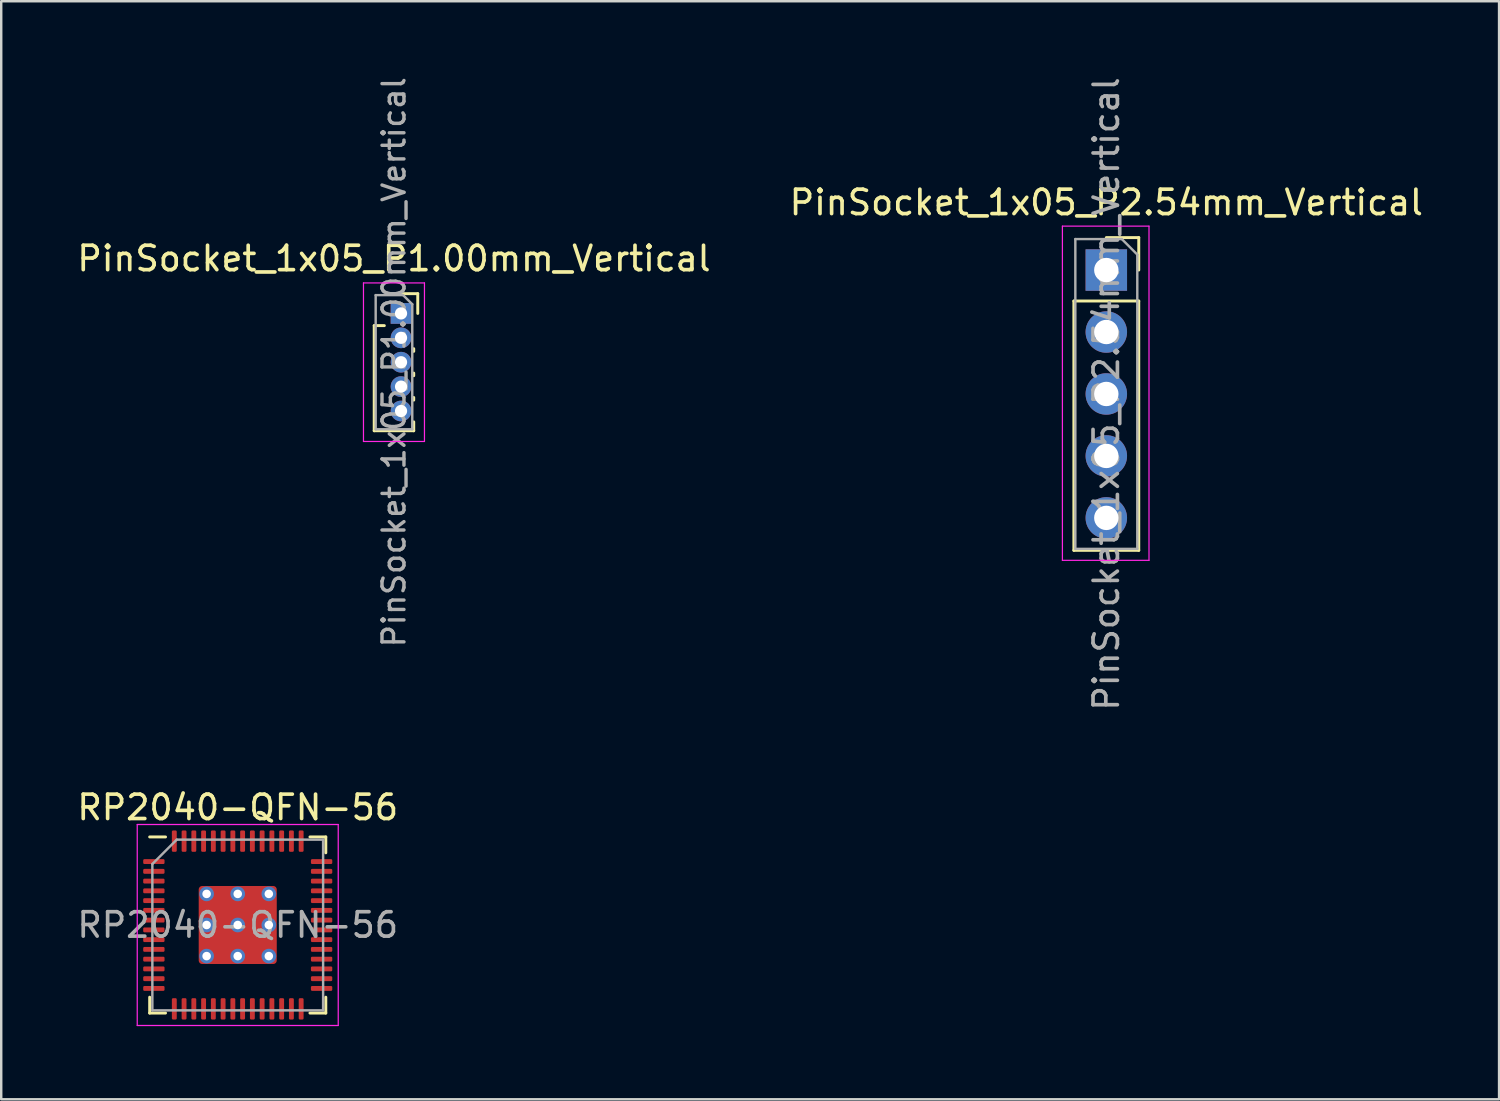
<source format=kicad_pcb>
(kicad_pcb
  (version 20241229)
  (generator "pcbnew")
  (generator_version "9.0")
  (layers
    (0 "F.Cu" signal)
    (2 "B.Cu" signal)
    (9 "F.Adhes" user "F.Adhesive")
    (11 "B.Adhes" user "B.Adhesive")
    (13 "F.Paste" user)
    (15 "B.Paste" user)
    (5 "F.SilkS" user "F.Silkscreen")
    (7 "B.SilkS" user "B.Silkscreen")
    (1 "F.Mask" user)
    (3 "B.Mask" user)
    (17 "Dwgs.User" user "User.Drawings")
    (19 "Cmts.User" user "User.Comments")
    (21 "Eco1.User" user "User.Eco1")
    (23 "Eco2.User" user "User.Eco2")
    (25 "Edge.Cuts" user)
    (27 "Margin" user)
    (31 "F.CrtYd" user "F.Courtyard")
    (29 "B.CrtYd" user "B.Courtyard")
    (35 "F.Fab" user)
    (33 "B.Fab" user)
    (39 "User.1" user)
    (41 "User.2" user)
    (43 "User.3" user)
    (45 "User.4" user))
  (footprint "RP2040-QFN-56"
    (layer "F.Cu")
    (at 6.696 34.871)
    (property "Reference" "RP2040-QFN-56" (at 0 -4.82 0) (layer "F.SilkS") (effects (font (size 1 1) (thickness 0.15))))
    (attr smd)
    (fp_line (start -3.61 3.61) (end -3.61 2.96) (stroke (width 0.12) (type solid)) (layer "F.SilkS"))
    (fp_line (start -2.96 -3.61) (end -3.61 -3.61) (stroke (width 0.12) (type solid)) (layer "F.SilkS"))
    (fp_line (start -2.96 3.61) (end -3.61 3.61) (stroke (width 0.12) (type solid)) (layer "F.SilkS"))
    (fp_line (start 2.96 -3.61) (end 3.61 -3.61) (stroke (width 0.12) (type solid)) (layer "F.SilkS"))
    (fp_line (start 2.96 3.61) (end 3.61 3.61) (stroke (width 0.12) (type solid)) (layer "F.SilkS"))
    (fp_line (start 3.61 -3.61) (end 3.61 -2.96) (stroke (width 0.12) (type solid)) (layer "F.SilkS"))
    (fp_line (start 3.61 3.61) (end 3.61 2.96) (stroke (width 0.12) (type solid)) (layer "F.SilkS"))
    (fp_line (start -4.12 -4.12) (end -4.12 4.12) (stroke (width 0.05) (type solid)) (layer "F.CrtYd"))
    (fp_line (start -4.12 4.12) (end 4.12 4.12) (stroke (width 0.05) (type solid)) (layer "F.CrtYd"))
    (fp_line (start 4.12 -4.12) (end -4.12 -4.12) (stroke (width 0.05) (type solid)) (layer "F.CrtYd"))
    (fp_line (start 4.12 4.12) (end 4.12 -4.12) (stroke (width 0.05) (type solid)) (layer "F.CrtYd"))
    (fp_line (start -3.5 -2.5) (end -2.5 -3.5) (stroke (width 0.1) (type solid)) (layer "F.Fab"))
    (fp_line (start -3.5 3.5) (end -3.5 -2.5) (stroke (width 0.1) (type solid)) (layer "F.Fab"))
    (fp_line (start -2.5 -3.5) (end 3.5 -3.5) (stroke (width 0.1) (type solid)) (layer "F.Fab"))
    (fp_line (start 3.5 -3.5) (end 3.5 3.5) (stroke (width 0.1) (type solid)) (layer "F.Fab"))
    (fp_line (start 3.5 3.5) (end -3.5 3.5) (stroke (width 0.1) (type solid)) (layer "F.Fab"))
    (fp_text user "${REFERENCE}" (at 0 0 0) (layer "F.Fab") (effects (font (size 1 1) (thickness 0.15))))
    (pad "" smd roundrect (at -0.637 -0.637) (size 1.084 1.084) (layers "F.Paste") (roundrect_rratio 0.231))
    (pad "" smd roundrect (at -0.637 0.637) (size 1.084 1.084) (layers "F.Paste") (roundrect_rratio 0.231))
    (pad "" smd roundrect (at 0.637 -0.637) (size 1.084 1.084) (layers "F.Paste") (roundrect_rratio 0.231))
    (pad "" smd roundrect (at 0.637 0.637) (size 1.084 1.084) (layers "F.Paste") (roundrect_rratio 0.231))
    (pad "1" smd roundrect (at -3.438 -2.6) (size 0.875 0.2) (layers "F.Cu" "F.Mask" "F.Paste") (roundrect_rratio 0.25))
    (pad "2" smd roundrect (at -3.438 -2.2) (size 0.875 0.2) (layers "F.Cu" "F.Mask" "F.Paste") (roundrect_rratio 0.25))
    (pad "3" smd roundrect (at -3.438 -1.8) (size 0.875 0.2) (layers "F.Cu" "F.Mask" "F.Paste") (roundrect_rratio 0.25))
    (pad "4" smd roundrect (at -3.438 -1.4) (size 0.875 0.2) (layers "F.Cu" "F.Mask" "F.Paste") (roundrect_rratio 0.25))
    (pad "5" smd roundrect (at -3.438 -1) (size 0.875 0.2) (layers "F.Cu" "F.Mask" "F.Paste") (roundrect_rratio 0.25))
    (pad "6" smd roundrect (at -3.438 -0.6) (size 0.875 0.2) (layers "F.Cu" "F.Mask" "F.Paste") (roundrect_rratio 0.25))
    (pad "7" smd roundrect (at -3.438 -0.2) (size 0.875 0.2) (layers "F.Cu" "F.Mask" "F.Paste") (roundrect_rratio 0.25))
    (pad "8" smd roundrect (at -3.438 0.2) (size 0.875 0.2) (layers "F.Cu" "F.Mask" "F.Paste") (roundrect_rratio 0.25))
    (pad "9" smd roundrect (at -3.438 0.6) (size 0.875 0.2) (layers "F.Cu" "F.Mask" "F.Paste") (roundrect_rratio 0.25))
    (pad "10" smd roundrect (at -3.438 1) (size 0.875 0.2) (layers "F.Cu" "F.Mask" "F.Paste") (roundrect_rratio 0.25))
    (pad "11" smd roundrect (at -3.438 1.4) (size 0.875 0.2) (layers "F.Cu" "F.Mask" "F.Paste") (roundrect_rratio 0.25))
    (pad "12" smd roundrect (at -3.438 1.8) (size 0.875 0.2) (layers "F.Cu" "F.Mask" "F.Paste") (roundrect_rratio 0.25))
    (pad "13" smd roundrect (at -3.438 2.2) (size 0.875 0.2) (layers "F.Cu" "F.Mask" "F.Paste") (roundrect_rratio 0.25))
    (pad "14" smd roundrect (at -3.438 2.6) (size 0.875 0.2) (layers "F.Cu" "F.Mask" "F.Paste") (roundrect_rratio 0.25))
    (pad "15" smd roundrect (at -2.6 3.438) (size 0.2 0.875) (layers "F.Cu" "F.Mask" "F.Paste") (roundrect_rratio 0.25))
    (pad "16" smd roundrect (at -2.2 3.438) (size 0.2 0.875) (layers "F.Cu" "F.Mask" "F.Paste") (roundrect_rratio 0.25))
    (pad "17" smd roundrect (at -1.8 3.438) (size 0.2 0.875) (layers "F.Cu" "F.Mask" "F.Paste") (roundrect_rratio 0.25))
    (pad "18" smd roundrect (at -1.4 3.438) (size 0.2 0.875) (layers "F.Cu" "F.Mask" "F.Paste") (roundrect_rratio 0.25))
    (pad "19" smd roundrect (at -1 3.438) (size 0.2 0.875) (layers "F.Cu" "F.Mask" "F.Paste") (roundrect_rratio 0.25))
    (pad "20" smd roundrect (at -0.6 3.438) (size 0.2 0.875) (layers "F.Cu" "F.Mask" "F.Paste") (roundrect_rratio 0.25))
    (pad "21" smd roundrect (at -0.2 3.438) (size 0.2 0.875) (layers "F.Cu" "F.Mask" "F.Paste") (roundrect_rratio 0.25))
    (pad "22" smd roundrect (at 0.2 3.438) (size 0.2 0.875) (layers "F.Cu" "F.Mask" "F.Paste") (roundrect_rratio 0.25))
    (pad "23" smd roundrect (at 0.6 3.438) (size 0.2 0.875) (layers "F.Cu" "F.Mask" "F.Paste") (roundrect_rratio 0.25))
    (pad "24" smd roundrect (at 1 3.438) (size 0.2 0.875) (layers "F.Cu" "F.Mask" "F.Paste") (roundrect_rratio 0.25))
    (pad "25" smd roundrect (at 1.4 3.438) (size 0.2 0.875) (layers "F.Cu" "F.Mask" "F.Paste") (roundrect_rratio 0.25))
    (pad "26" smd roundrect (at 1.8 3.438) (size 0.2 0.875) (layers "F.Cu" "F.Mask" "F.Paste") (roundrect_rratio 0.25))
    (pad "27" smd roundrect (at 2.2 3.438) (size 0.2 0.875) (layers "F.Cu" "F.Mask" "F.Paste") (roundrect_rratio 0.25))
    (pad "28" smd roundrect (at 2.6 3.438) (size 0.2 0.875) (layers "F.Cu" "F.Mask" "F.Paste") (roundrect_rratio 0.25))
    (pad "29" smd roundrect (at 3.438 2.6) (size 0.875 0.2) (layers "F.Cu" "F.Mask" "F.Paste") (roundrect_rratio 0.25))
    (pad "30" smd roundrect (at 3.438 2.2) (size 0.875 0.2) (layers "F.Cu" "F.Mask" "F.Paste") (roundrect_rratio 0.25))
    (pad "31" smd roundrect (at 3.438 1.8) (size 0.875 0.2) (layers "F.Cu" "F.Mask" "F.Paste") (roundrect_rratio 0.25))
    (pad "32" smd roundrect (at 3.438 1.4) (size 0.875 0.2) (layers "F.Cu" "F.Mask" "F.Paste") (roundrect_rratio 0.25))
    (pad "33" smd roundrect (at 3.438 1) (size 0.875 0.2) (layers "F.Cu" "F.Mask" "F.Paste") (roundrect_rratio 0.25))
    (pad "34" smd roundrect (at 3.438 0.6) (size 0.875 0.2) (layers "F.Cu" "F.Mask" "F.Paste") (roundrect_rratio 0.25))
    (pad "35" smd roundrect (at 3.438 0.2) (size 0.875 0.2) (layers "F.Cu" "F.Mask" "F.Paste") (roundrect_rratio 0.25))
    (pad "36" smd roundrect (at 3.438 -0.2) (size 0.875 0.2) (layers "F.Cu" "F.Mask" "F.Paste") (roundrect_rratio 0.25))
    (pad "37" smd roundrect (at 3.438 -0.6) (size 0.875 0.2) (layers "F.Cu" "F.Mask" "F.Paste") (roundrect_rratio 0.25))
    (pad "38" smd roundrect (at 3.438 -1) (size 0.875 0.2) (layers "F.Cu" "F.Mask" "F.Paste") (roundrect_rratio 0.25))
    (pad "39" smd roundrect (at 3.438 -1.4) (size 0.875 0.2) (layers "F.Cu" "F.Mask" "F.Paste") (roundrect_rratio 0.25))
    (pad "40" smd roundrect (at 3.438 -1.8) (size 0.875 0.2) (layers "F.Cu" "F.Mask" "F.Paste") (roundrect_rratio 0.25))
    (pad "41" smd roundrect (at 3.438 -2.2) (size 0.875 0.2) (layers "F.Cu" "F.Mask" "F.Paste") (roundrect_rratio 0.25))
    (pad "42" smd roundrect (at 3.438 -2.6) (size 0.875 0.2) (layers "F.Cu" "F.Mask" "F.Paste") (roundrect_rratio 0.25))
    (pad "43" smd roundrect (at 2.6 -3.438) (size 0.2 0.875) (layers "F.Cu" "F.Mask" "F.Paste") (roundrect_rratio 0.25))
    (pad "44" smd roundrect (at 2.2 -3.438) (size 0.2 0.875) (layers "F.Cu" "F.Mask" "F.Paste") (roundrect_rratio 0.25))
    (pad "45" smd roundrect (at 1.8 -3.438) (size 0.2 0.875) (layers "F.Cu" "F.Mask" "F.Paste") (roundrect_rratio 0.25))
    (pad "46" smd roundrect (at 1.4 -3.438) (size 0.2 0.875) (layers "F.Cu" "F.Mask" "F.Paste") (roundrect_rratio 0.25))
    (pad "47" smd roundrect (at 1 -3.438) (size 0.2 0.875) (layers "F.Cu" "F.Mask" "F.Paste") (roundrect_rratio 0.25))
    (pad "48" smd roundrect (at 0.6 -3.438) (size 0.2 0.875) (layers "F.Cu" "F.Mask" "F.Paste") (roundrect_rratio 0.25))
    (pad "49" smd roundrect (at 0.2 -3.438) (size 0.2 0.875) (layers "F.Cu" "F.Mask" "F.Paste") (roundrect_rratio 0.25))
    (pad "50" smd roundrect (at -0.2 -3.438) (size 0.2 0.875) (layers "F.Cu" "F.Mask" "F.Paste") (roundrect_rratio 0.25))
    (pad "51" smd roundrect (at -0.6 -3.438) (size 0.2 0.875) (layers "F.Cu" "F.Mask" "F.Paste") (roundrect_rratio 0.25))
    (pad "52" smd roundrect (at -1 -3.438) (size 0.2 0.875) (layers "F.Cu" "F.Mask" "F.Paste") (roundrect_rratio 0.25))
    (pad "53" smd roundrect (at -1.4 -3.438) (size 0.2 0.875) (layers "F.Cu" "F.Mask" "F.Paste") (roundrect_rratio 0.25))
    (pad "54" smd roundrect (at -1.8 -3.438) (size 0.2 0.875) (layers "F.Cu" "F.Mask" "F.Paste") (roundrect_rratio 0.25))
    (pad "55" smd roundrect (at -2.2 -3.438) (size 0.2 0.875) (layers "F.Cu" "F.Mask" "F.Paste") (roundrect_rratio 0.25))
    (pad "56" smd roundrect (at -2.6 -3.438) (size 0.2 0.875) (layers "F.Cu" "F.Mask" "F.Paste") (roundrect_rratio 0.25))
    (pad "57" thru_hole circle (at -1.275 -1.275) (size 0.6 0.6) (drill 0.35) (layers "*.Cu"))
    (pad "57" thru_hole circle (at -1.275 0) (size 0.6 0.6) (drill 0.35) (layers "*.Cu"))
    (pad "57" thru_hole circle (at -1.275 1.275) (size 0.6 0.6) (drill 0.35) (layers "*.Cu"))
    (pad "57" thru_hole circle (at 0 -1.275) (size 0.6 0.6) (drill 0.35) (layers "*.Cu"))
    (pad "57" thru_hole circle (at 0 0) (size 0.6 0.6) (drill 0.35) (layers "*.Cu"))
    (pad "57" smd roundrect (at 0 0) (size 3.2 3.2) (layers "F.Cu" "F.Mask") (roundrect_rratio 0.045))
    (pad "57" thru_hole circle (at 0 1.275) (size 0.6 0.6) (drill 0.35) (layers "*.Cu"))
    (pad "57" thru_hole circle (at 1.275 -1.275) (size 0.6 0.6) (drill 0.35) (layers "*.Cu"))
    (pad "57" thru_hole circle (at 1.275 0) (size 0.6 0.6) (drill 0.35) (layers "*.Cu"))
    (pad "57" thru_hole circle (at 1.275 1.275) (size 0.6 0.6) (drill 0.35) (layers "*.Cu")))
  (footprint "PinSocket_1x05_P1.00mm_Vertical"
    (layer "F.Cu")
    (at 13.391 9.799)
    (property "Reference" "PinSocket_1x05_P1.00mm_Vertical" (at -0.29 -2.25 0) (layer "F.SilkS") (effects (font (size 1 1) (thickness 0.15))))
    (attr through_hole)
    (fp_line (start -1.1 0.5) (end -1.1 4.81) (stroke (width 0.12) (type solid)) (layer "F.SilkS"))
    (fp_line (start -1.1 0.5) (end -0.685 0.5) (stroke (width 0.12) (type solid)) (layer "F.SilkS"))
    (fp_line (start -1.1 4.81) (end 0.52 4.81) (stroke (width 0.12) (type solid)) (layer "F.SilkS"))
    (fp_line (start 0 -0.81) (end 0.685 -0.81) (stroke (width 0.12) (type solid)) (layer "F.SilkS"))
    (fp_line (start 0.52 1.446) (end 0.52 1.554) (stroke (width 0.12) (type solid)) (layer "F.SilkS"))
    (fp_line (start 0.52 2.446) (end 0.52 2.554) (stroke (width 0.12) (type solid)) (layer "F.SilkS"))
    (fp_line (start 0.52 3.446) (end 0.52 3.554) (stroke (width 0.12) (type solid)) (layer "F.SilkS"))
    (fp_line (start 0.52 4.446) (end 0.52 4.81) (stroke (width 0.12) (type solid)) (layer "F.SilkS"))
    (fp_line (start 0.685 -0.81) (end 0.685 0) (stroke (width 0.12) (type solid)) (layer "F.SilkS"))
    (fp_line (start -1.54 -1.25) (end 0.96 -1.25) (stroke (width 0.05) (type solid)) (layer "F.CrtYd"))
    (fp_line (start -1.54 5.25) (end -1.54 -1.25) (stroke (width 0.05) (type solid)) (layer "F.CrtYd"))
    (fp_line (start 0.96 -1.25) (end 0.96 5.25) (stroke (width 0.05) (type solid)) (layer "F.CrtYd"))
    (fp_line (start 0.96 5.25) (end -1.54 5.25) (stroke (width 0.05) (type solid)) (layer "F.CrtYd"))
    (fp_line (start -1.04 -0.75) (end 0.085 -0.75) (stroke (width 0.1) (type solid)) (layer "F.Fab"))
    (fp_line (start -1.04 4.75) (end -1.04 -0.75) (stroke (width 0.1) (type solid)) (layer "F.Fab"))
    (fp_line (start 0.085 -0.75) (end 0.46 -0.375) (stroke (width 0.1) (type solid)) (layer "F.Fab"))
    (fp_line (start 0.46 -0.375) (end 0.46 4.75) (stroke (width 0.1) (type solid)) (layer "F.Fab"))
    (fp_line (start 0.46 4.75) (end -1.04 4.75) (stroke (width 0.1) (type solid)) (layer "F.Fab"))
    (fp_text user "${REFERENCE}" (at -0.29 2 90) (layer "F.Fab") (effects (font (size 0.9 0.9) (thickness 0.14))))
    (pad "1" thru_hole rect (at 0 0) (size 0.85 0.85) (drill 0.5) (layers "*.Cu" "*.Mask"))
    (pad "2" thru_hole oval (at 0 1) (size 0.85 0.85) (drill 0.5) (layers "*.Cu" "*.Mask"))
    (pad "3" thru_hole oval (at 0 2) (size 0.85 0.85) (drill 0.5) (layers "*.Cu" "*.Mask"))
    (pad "4" thru_hole oval (at 0 3) (size 0.85 0.85) (drill 0.5) (layers "*.Cu" "*.Mask"))
    (pad "5" thru_hole oval (at 0 4) (size 0.85 0.85) (drill 0.5) (layers "*.Cu" "*.Mask")))
  (footprint "PinSocket_1x05_P2.54mm_Vertical"
    (layer "F.Cu")
    (at 42.304 8.021)
    (property "Reference" "PinSocket_1x05_P2.54mm_Vertical" (at 0 -2.77 0) (layer "F.SilkS") (effects (font (size 1 1) (thickness 0.15))))
    (attr through_hole)
    (fp_line (start -1.33 1.27) (end -1.33 11.49) (stroke (width 0.12) (type solid)) (layer "F.SilkS"))
    (fp_line (start -1.33 1.27) (end 1.33 1.27) (stroke (width 0.12) (type solid)) (layer "F.SilkS"))
    (fp_line (start -1.33 11.49) (end 1.33 11.49) (stroke (width 0.12) (type solid)) (layer "F.SilkS"))
    (fp_line (start 0 -1.33) (end 1.33 -1.33) (stroke (width 0.12) (type solid)) (layer "F.SilkS"))
    (fp_line (start 1.33 -1.33) (end 1.33 0) (stroke (width 0.12) (type solid)) (layer "F.SilkS"))
    (fp_line (start 1.33 1.27) (end 1.33 11.49) (stroke (width 0.12) (type solid)) (layer "F.SilkS"))
    (fp_line (start -1.8 -1.8) (end 1.75 -1.8) (stroke (width 0.05) (type solid)) (layer "F.CrtYd"))
    (fp_line (start -1.8 11.9) (end -1.8 -1.8) (stroke (width 0.05) (type solid)) (layer "F.CrtYd"))
    (fp_line (start 1.75 -1.8) (end 1.75 11.9) (stroke (width 0.05) (type solid)) (layer "F.CrtYd"))
    (fp_line (start 1.75 11.9) (end -1.8 11.9) (stroke (width 0.05) (type solid)) (layer "F.CrtYd"))
    (fp_line (start -1.27 -1.27) (end 0.635 -1.27) (stroke (width 0.1) (type solid)) (layer "F.Fab"))
    (fp_line (start -1.27 11.43) (end -1.27 -1.27) (stroke (width 0.1) (type solid)) (layer "F.Fab"))
    (fp_line (start 0.635 -1.27) (end 1.27 -0.635) (stroke (width 0.1) (type solid)) (layer "F.Fab"))
    (fp_line (start 1.27 -0.635) (end 1.27 11.43) (stroke (width 0.1) (type solid)) (layer "F.Fab"))
    (fp_line (start 1.27 11.43) (end -1.27 11.43) (stroke (width 0.1) (type solid)) (layer "F.Fab"))
    (fp_text user "${REFERENCE}" (at 0 5.08 90) (layer "F.Fab") (effects (font (size 1 1) (thickness 0.15))))
    (pad "1" thru_hole rect (at 0 0) (size 1.7 1.7) (drill 1) (layers "*.Cu" "*.Mask"))
    (pad "2" thru_hole oval (at 0 2.54) (size 1.7 1.7) (drill 1) (layers "*.Cu" "*.Mask"))
    (pad "3" thru_hole oval (at 0 5.08) (size 1.7 1.7) (drill 1) (layers "*.Cu" "*.Mask"))
    (pad "4" thru_hole oval (at 0 7.62) (size 1.7 1.7) (drill 1) (layers "*.Cu" "*.Mask"))
    (pad "5" thru_hole oval (at 0 10.16) (size 1.7 1.7) (drill 1) (layers "*.Cu" "*.Mask")))
  (gr_rect
    (start -3 -3)
    (end 58.405 42.016)
    (stroke (width 0.1) (type default))
    (fill no)
    (layer "Edge.Cuts")))
</source>
